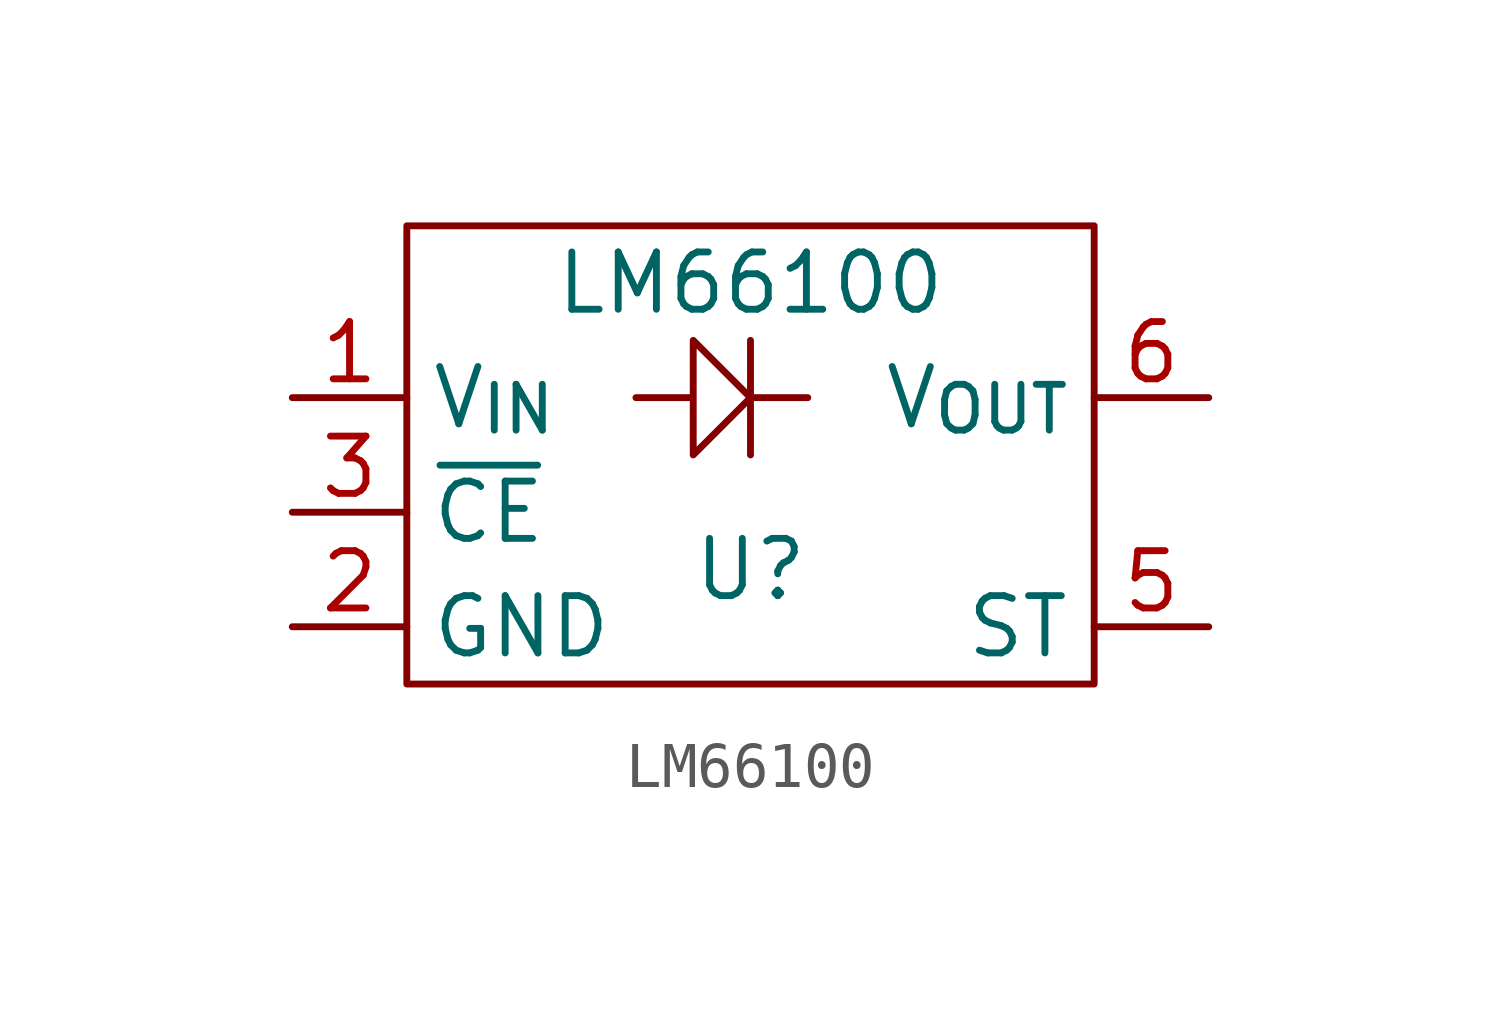
<source format=kicad_sym>
(kicad_symbol_lib
  (version 20220914)
  (generator kicad_symbol_editor)
  (symbol "LM66100"
    (property "Reference" "U"
      (at 0 -1.27 0)
      (effects (font (size 1.27 1.27))))
    (property "Value" "LM66100"
      (at 0 5.08 0)
      (effects (font (size 1.27 1.27))))
    (symbol "LM66100_0_1"
      (rectangle (start -7.62 6.35) (end 7.62 -3.81) (stroke (width 0) (type default)) (fill (type none)))
      (polyline (pts (xy -2.54 2.54) (xy -1.27 2.54) (xy -1.27 3.81) (xy 0 2.54) (xy -1.27 1.27) (xy -1.27 2.54) (xy -1.27 1.27) (xy 0 2.54) (xy 0 3.81) (xy 0 2.54) (xy 0 1.27) (xy 0 2.54) (xy 1.27 2.54)) (stroke (width 0) (type default)) (fill (type none))))
    (symbol "LM66100_1_1"
      (pin input line (at -10.16 2.54 0) (length 2.54) (name "V_{IN}" (effects (font (size 1.27 1.27)))) (number "1" (effects (font (size 1.27 1.27)))))
      (pin input line (at -10.16 -2.54 0) (length 2.54) (name "GND" (effects (font (size 1.27 1.27)))) (number "2" (effects (font (size 1.27 1.27)))))
      (pin input line (at -10.16 0 0) (length 2.54) (name "~{CE}" (effects (font (size 1.27 1.27)))) (number "3" (effects (font (size 1.27 1.27)))))
      (pin no_connect line (at 10.16 0 180) (length 2.54) hide (name "NC" (effects (font (size 1.27 1.27)))) (number "4" (effects (font (size 1.27 1.27)))))
      (pin input line (at 10.16 -2.54 180) (length 2.54) (name "ST" (effects (font (size 1.27 1.27)))) (number "5" (effects (font (size 1.27 1.27)))))
      (pin input line (at 10.16 2.54 180) (length 2.54) (name "V_{OUT}" (effects (font (size 1.27 1.27)))) (number "6" (effects (font (size 1.27 1.27))))))))
</source>
